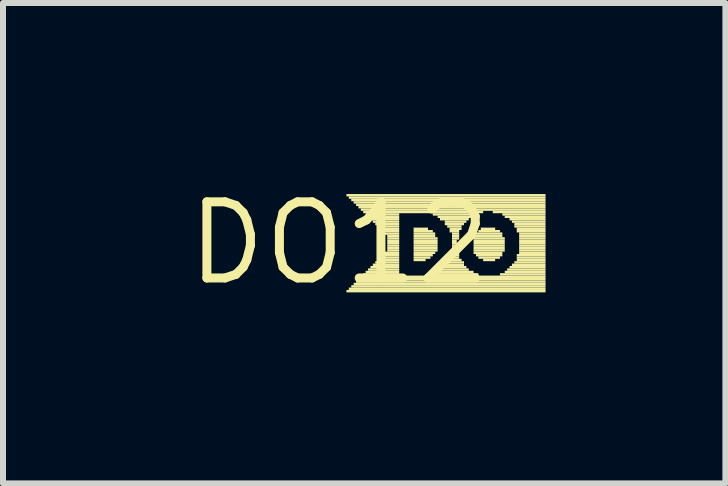
<source format=kicad_pcb>
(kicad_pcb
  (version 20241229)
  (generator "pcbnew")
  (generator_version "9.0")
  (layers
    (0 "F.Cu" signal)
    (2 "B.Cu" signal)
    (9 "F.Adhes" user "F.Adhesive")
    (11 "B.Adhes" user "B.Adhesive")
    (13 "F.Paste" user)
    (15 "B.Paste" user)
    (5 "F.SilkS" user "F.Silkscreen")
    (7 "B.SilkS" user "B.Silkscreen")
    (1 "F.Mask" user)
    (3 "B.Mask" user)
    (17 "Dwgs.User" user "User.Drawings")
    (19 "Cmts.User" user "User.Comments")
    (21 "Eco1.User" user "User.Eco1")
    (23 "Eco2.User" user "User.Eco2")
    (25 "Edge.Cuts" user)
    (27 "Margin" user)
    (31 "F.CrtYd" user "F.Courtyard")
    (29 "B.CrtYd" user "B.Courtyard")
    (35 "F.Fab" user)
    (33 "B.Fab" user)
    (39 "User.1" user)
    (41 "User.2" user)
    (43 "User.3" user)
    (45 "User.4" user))
  (footprint "DO12"
    (layer "F.Cu")
    (at 2.608 1.006)
    (property "Reference" "DO12" (at 0 0 0) (layer "F.SilkS") (effects (font (size 1.27 1.27) (thickness 0.15))))
    (attr through_hole)
    (fp_poly (pts (xy 0.12 -0.78) (xy 3.44 -0.78) (xy 3.44 -0.82) (xy 0.12 -0.82)) (stroke (width 0) (type solid)) (fill yes) (layer "F.SilkS"))
    (fp_poly (pts (xy 0.12 0.82) (xy 3.44 0.82) (xy 3.44 0.78) (xy 0.12 0.78)) (stroke (width 0) (type solid)) (fill yes) (layer "F.SilkS"))
    (fp_poly (pts (xy 0.16 -0.74) (xy 3.44 -0.74) (xy 3.44 -0.78) (xy 0.16 -0.78)) (stroke (width 0) (type solid)) (fill yes) (layer "F.SilkS"))
    (fp_poly (pts (xy 0.16 0.78) (xy 3.44 0.78) (xy 3.44 0.74) (xy 0.16 0.74)) (stroke (width 0) (type solid)) (fill yes) (layer "F.SilkS"))
    (fp_poly (pts (xy 0.2 -0.7) (xy 3.44 -0.7) (xy 3.44 -0.74) (xy 0.2 -0.74)) (stroke (width 0) (type solid)) (fill yes) (layer "F.SilkS"))
    (fp_poly (pts (xy 0.2 0.74) (xy 3.44 0.74) (xy 3.44 0.7) (xy 0.2 0.7)) (stroke (width 0) (type solid)) (fill yes) (layer "F.SilkS"))
    (fp_poly (pts (xy 0.24 -0.66) (xy 3.44 -0.66) (xy 3.44 -0.7) (xy 0.24 -0.7)) (stroke (width 0) (type solid)) (fill yes) (layer "F.SilkS"))
    (fp_poly (pts (xy 0.24 0.7) (xy 3.44 0.7) (xy 3.44 0.66) (xy 0.24 0.66)) (stroke (width 0) (type solid)) (fill yes) (layer "F.SilkS"))
    (fp_poly (pts (xy 0.28 -0.62) (xy 3.44 -0.62) (xy 3.44 -0.66) (xy 0.28 -0.66)) (stroke (width 0) (type solid)) (fill yes) (layer "F.SilkS"))
    (fp_poly (pts (xy 0.28 0.66) (xy 3.44 0.66) (xy 3.44 0.62) (xy 0.28 0.62)) (stroke (width 0) (type solid)) (fill yes) (layer "F.SilkS"))
    (fp_poly (pts (xy 0.32 -0.58) (xy 3.44 -0.58) (xy 3.44 -0.62) (xy 0.32 -0.62)) (stroke (width 0) (type solid)) (fill yes) (layer "F.SilkS"))
    (fp_poly (pts (xy 0.32 0.62) (xy 3.44 0.62) (xy 3.44 0.58) (xy 0.32 0.58)) (stroke (width 0) (type solid)) (fill yes) (layer "F.SilkS"))
    (fp_poly (pts (xy 0.36 -0.54) (xy 3.44 -0.54) (xy 3.44 -0.58) (xy 0.36 -0.58)) (stroke (width 0) (type solid)) (fill yes) (layer "F.SilkS"))
    (fp_poly (pts (xy 0.36 0.58) (xy 3.44 0.58) (xy 3.44 0.54) (xy 0.36 0.54)) (stroke (width 0) (type solid)) (fill yes) (layer "F.SilkS"))
    (fp_poly (pts (xy 0.4 -0.5) (xy 2.4 -0.5) (xy 2.4 -0.54) (xy 0.4 -0.54)) (stroke (width 0) (type solid)) (fill yes) (layer "F.SilkS"))
    (fp_poly (pts (xy 0.4 0.54) (xy 1 0.54) (xy 1 0.5) (xy 0.4 0.5)) (stroke (width 0) (type solid)) (fill yes) (layer "F.SilkS"))
    (fp_poly (pts (xy 0.44 -0.46) (xy 1 -0.46) (xy 1 -0.5) (xy 0.44 -0.5)) (stroke (width 0) (type solid)) (fill yes) (layer "F.SilkS"))
    (fp_poly (pts (xy 0.44 0.5) (xy 1 0.5) (xy 1 0.46) (xy 0.44 0.46)) (stroke (width 0) (type solid)) (fill yes) (layer "F.SilkS"))
    (fp_poly (pts (xy 0.48 -0.42) (xy 1 -0.42) (xy 1 -0.46) (xy 0.48 -0.46)) (stroke (width 0) (type solid)) (fill yes) (layer "F.SilkS"))
    (fp_poly (pts (xy 0.48 0.46) (xy 1 0.46) (xy 1 0.42) (xy 0.48 0.42)) (stroke (width 0) (type solid)) (fill yes) (layer "F.SilkS"))
    (fp_poly (pts (xy 0.52 -0.38) (xy 1 -0.38) (xy 1 -0.42) (xy 0.52 -0.42)) (stroke (width 0) (type solid)) (fill yes) (layer "F.SilkS"))
    (fp_poly (pts (xy 0.52 0.42) (xy 1 0.42) (xy 1 0.38) (xy 0.52 0.38)) (stroke (width 0) (type solid)) (fill yes) (layer "F.SilkS"))
    (fp_poly (pts (xy 0.56 -0.34) (xy 1 -0.34) (xy 1 -0.38) (xy 0.56 -0.38)) (stroke (width 0) (type solid)) (fill yes) (layer "F.SilkS"))
    (fp_poly (pts (xy 0.56 0.38) (xy 1 0.38) (xy 1 0.34) (xy 0.56 0.34)) (stroke (width 0) (type solid)) (fill yes) (layer "F.SilkS"))
    (fp_poly (pts (xy 0.6 -0.3) (xy 1 -0.3) (xy 1 -0.34) (xy 0.6 -0.34)) (stroke (width 0) (type solid)) (fill yes) (layer "F.SilkS"))
    (fp_poly (pts (xy 0.6 0.34) (xy 1 0.34) (xy 1 0.3) (xy 0.6 0.3)) (stroke (width 0) (type solid)) (fill yes) (layer "F.SilkS"))
    (fp_poly (pts (xy 0.64 -0.26) (xy 1 -0.26) (xy 1 -0.3) (xy 0.64 -0.3)) (stroke (width 0) (type solid)) (fill yes) (layer "F.SilkS"))
    (fp_poly (pts (xy 0.64 0.3) (xy 1 0.3) (xy 1 0.26) (xy 0.64 0.26)) (stroke (width 0) (type solid)) (fill yes) (layer "F.SilkS"))
    (fp_poly (pts (xy 0.68 -0.22) (xy 1 -0.22) (xy 1 -0.26) (xy 0.68 -0.26)) (stroke (width 0) (type solid)) (fill yes) (layer "F.SilkS"))
    (fp_poly (pts (xy 0.68 0.26) (xy 1 0.26) (xy 1 0.22) (xy 0.68 0.22)) (stroke (width 0) (type solid)) (fill yes) (layer "F.SilkS"))
    (fp_poly (pts (xy 0.72 -0.18) (xy 1 -0.18) (xy 1 -0.22) (xy 0.72 -0.22)) (stroke (width 0) (type solid)) (fill yes) (layer "F.SilkS"))
    (fp_poly (pts (xy 0.72 0.22) (xy 1 0.22) (xy 1 0.18) (xy 0.72 0.18)) (stroke (width 0) (type solid)) (fill yes) (layer "F.SilkS"))
    (fp_poly (pts (xy 0.76 -0.14) (xy 1 -0.14) (xy 1 -0.18) (xy 0.76 -0.18)) (stroke (width 0) (type solid)) (fill yes) (layer "F.SilkS"))
    (fp_poly (pts (xy 0.76 0.18) (xy 1 0.18) (xy 1 0.14) (xy 0.76 0.14)) (stroke (width 0) (type solid)) (fill yes) (layer "F.SilkS"))
    (fp_poly (pts (xy 0.8 -0.1) (xy 1 -0.1) (xy 1 -0.14) (xy 0.8 -0.14)) (stroke (width 0) (type solid)) (fill yes) (layer "F.SilkS"))
    (fp_poly (pts (xy 0.8 -0.06) (xy 1 -0.06) (xy 1 -0.1) (xy 0.8 -0.1)) (stroke (width 0) (type solid)) (fill yes) (layer "F.SilkS"))
    (fp_poly (pts (xy 0.8 -0.02) (xy 1 -0.02) (xy 1 -0.06) (xy 0.8 -0.06)) (stroke (width 0) (type solid)) (fill yes) (layer "F.SilkS"))
    (fp_poly (pts (xy 0.8 0.02) (xy 1 0.02) (xy 1 -0.02) (xy 0.8 -0.02)) (stroke (width 0) (type solid)) (fill yes) (layer "F.SilkS"))
    (fp_poly (pts (xy 0.8 0.06) (xy 1 0.06) (xy 1 0.02) (xy 0.8 0.02)) (stroke (width 0) (type solid)) (fill yes) (layer "F.SilkS"))
    (fp_poly (pts (xy 0.8 0.1) (xy 1 0.1) (xy 1 0.06) (xy 0.8 0.06)) (stroke (width 0) (type solid)) (fill yes) (layer "F.SilkS"))
    (fp_poly (pts (xy 0.8 0.14) (xy 1 0.14) (xy 1 0.1) (xy 0.8 0.1)) (stroke (width 0) (type solid)) (fill yes) (layer "F.SilkS"))
    (fp_poly (pts (xy 1.24 -0.22) (xy 1.48 -0.22) (xy 1.48 -0.26) (xy 1.24 -0.26)) (stroke (width 0) (type solid)) (fill yes) (layer "F.SilkS"))
    (fp_poly (pts (xy 1.24 -0.18) (xy 1.56 -0.18) (xy 1.56 -0.22) (xy 1.24 -0.22)) (stroke (width 0) (type solid)) (fill yes) (layer "F.SilkS"))
    (fp_poly (pts (xy 1.24 -0.14) (xy 1.6 -0.14) (xy 1.6 -0.18) (xy 1.24 -0.18)) (stroke (width 0) (type solid)) (fill yes) (layer "F.SilkS"))
    (fp_poly (pts (xy 1.24 -0.1) (xy 1.6 -0.1) (xy 1.6 -0.14) (xy 1.24 -0.14)) (stroke (width 0) (type solid)) (fill yes) (layer "F.SilkS"))
    (fp_poly (pts (xy 1.24 -0.06) (xy 1.64 -0.06) (xy 1.64 -0.1) (xy 1.24 -0.1)) (stroke (width 0) (type solid)) (fill yes) (layer "F.SilkS"))
    (fp_poly (pts (xy 1.24 -0.02) (xy 1.64 -0.02) (xy 1.64 -0.06) (xy 1.24 -0.06)) (stroke (width 0) (type solid)) (fill yes) (layer "F.SilkS"))
    (fp_poly (pts (xy 1.24 0.02) (xy 1.64 0.02) (xy 1.64 -0.02) (xy 1.24 -0.02)) (stroke (width 0) (type solid)) (fill yes) (layer "F.SilkS"))
    (fp_poly (pts (xy 1.24 0.06) (xy 1.64 0.06) (xy 1.64 0.02) (xy 1.24 0.02)) (stroke (width 0) (type solid)) (fill yes) (layer "F.SilkS"))
    (fp_poly (pts (xy 1.24 0.1) (xy 1.64 0.1) (xy 1.64 0.06) (xy 1.24 0.06)) (stroke (width 0) (type solid)) (fill yes) (layer "F.SilkS"))
    (fp_poly (pts (xy 1.24 0.14) (xy 1.64 0.14) (xy 1.64 0.1) (xy 1.24 0.1)) (stroke (width 0) (type solid)) (fill yes) (layer "F.SilkS"))
    (fp_poly (pts (xy 1.24 0.18) (xy 1.6 0.18) (xy 1.6 0.14) (xy 1.24 0.14)) (stroke (width 0) (type solid)) (fill yes) (layer "F.SilkS"))
    (fp_poly (pts (xy 1.24 0.22) (xy 1.56 0.22) (xy 1.56 0.18) (xy 1.24 0.18)) (stroke (width 0) (type solid)) (fill yes) (layer "F.SilkS"))
    (fp_poly (pts (xy 1.24 0.26) (xy 1.52 0.26) (xy 1.52 0.22) (xy 1.24 0.22)) (stroke (width 0) (type solid)) (fill yes) (layer "F.SilkS"))
    (fp_poly (pts (xy 1.24 0.3) (xy 1.44 0.3) (xy 1.44 0.26) (xy 1.24 0.26)) (stroke (width 0) (type solid)) (fill yes) (layer "F.SilkS"))
    (fp_poly (pts (xy 1.52 0.54) (xy 2.32 0.54) (xy 2.32 0.5) (xy 1.52 0.5)) (stroke (width 0) (type solid)) (fill yes) (layer "F.SilkS"))
    (fp_poly (pts (xy 1.56 -0.46) (xy 2.28 -0.46) (xy 2.28 -0.5) (xy 1.56 -0.5)) (stroke (width 0) (type solid)) (fill yes) (layer "F.SilkS"))
    (fp_poly (pts (xy 1.6 0.5) (xy 2.24 0.5) (xy 2.24 0.46) (xy 1.6 0.46)) (stroke (width 0) (type solid)) (fill yes) (layer "F.SilkS"))
    (fp_poly (pts (xy 1.64 -0.42) (xy 2.2 -0.42) (xy 2.2 -0.46) (xy 1.64 -0.46)) (stroke (width 0) (type solid)) (fill yes) (layer "F.SilkS"))
    (fp_poly (pts (xy 1.68 -0.38) (xy 2.16 -0.38) (xy 2.16 -0.42) (xy 1.68 -0.42)) (stroke (width 0) (type solid)) (fill yes) (layer "F.SilkS"))
    (fp_poly (pts (xy 1.68 0.46) (xy 2.16 0.46) (xy 2.16 0.42) (xy 1.68 0.42)) (stroke (width 0) (type solid)) (fill yes) (layer "F.SilkS"))
    (fp_poly (pts (xy 1.72 0.42) (xy 2.12 0.42) (xy 2.12 0.38) (xy 1.72 0.38)) (stroke (width 0) (type solid)) (fill yes) (layer "F.SilkS"))
    (fp_poly (pts (xy 1.76 -0.34) (xy 2.12 -0.34) (xy 2.12 -0.38) (xy 1.76 -0.38)) (stroke (width 0) (type solid)) (fill yes) (layer "F.SilkS"))
    (fp_poly (pts (xy 1.76 -0.3) (xy 2.08 -0.3) (xy 2.08 -0.34) (xy 1.76 -0.34)) (stroke (width 0) (type solid)) (fill yes) (layer "F.SilkS"))
    (fp_poly (pts (xy 1.76 0.38) (xy 2.08 0.38) (xy 2.08 0.34) (xy 1.76 0.34)) (stroke (width 0) (type solid)) (fill yes) (layer "F.SilkS"))
    (fp_poly (pts (xy 1.8 -0.26) (xy 2.04 -0.26) (xy 2.04 -0.3) (xy 1.8 -0.3)) (stroke (width 0) (type solid)) (fill yes) (layer "F.SilkS"))
    (fp_poly (pts (xy 1.8 0.3) (xy 2.04 0.3) (xy 2.04 0.26) (xy 1.8 0.26)) (stroke (width 0) (type solid)) (fill yes) (layer "F.SilkS"))
    (fp_poly (pts (xy 1.8 0.34) (xy 2.08 0.34) (xy 2.08 0.3) (xy 1.8 0.3)) (stroke (width 0) (type solid)) (fill yes) (layer "F.SilkS"))
    (fp_poly (pts (xy 1.84 -0.22) (xy 2.04 -0.22) (xy 2.04 -0.26) (xy 1.84 -0.26)) (stroke (width 0) (type solid)) (fill yes) (layer "F.SilkS"))
    (fp_poly (pts (xy 1.84 -0.18) (xy 2 -0.18) (xy 2 -0.22) (xy 1.84 -0.22)) (stroke (width 0) (type solid)) (fill yes) (layer "F.SilkS"))
    (fp_poly (pts (xy 1.84 0.22) (xy 2 0.22) (xy 2 0.18) (xy 1.84 0.18)) (stroke (width 0) (type solid)) (fill yes) (layer "F.SilkS"))
    (fp_poly (pts (xy 1.84 0.26) (xy 2 0.26) (xy 2 0.22) (xy 1.84 0.22)) (stroke (width 0) (type solid)) (fill yes) (layer "F.SilkS"))
    (fp_poly (pts (xy 1.88 -0.14) (xy 2 -0.14) (xy 2 -0.18) (xy 1.88 -0.18)) (stroke (width 0) (type solid)) (fill yes) (layer "F.SilkS"))
    (fp_poly (pts (xy 1.88 -0.1) (xy 2 -0.1) (xy 2 -0.14) (xy 1.88 -0.14)) (stroke (width 0) (type solid)) (fill yes) (layer "F.SilkS"))
    (fp_poly (pts (xy 1.88 -0.06) (xy 2 -0.06) (xy 2 -0.1) (xy 1.88 -0.1)) (stroke (width 0) (type solid)) (fill yes) (layer "F.SilkS"))
    (fp_poly (pts (xy 1.88 -0.02) (xy 1.96 -0.02) (xy 1.96 -0.06) (xy 1.88 -0.06)) (stroke (width 0) (type solid)) (fill yes) (layer "F.SilkS"))
    (fp_poly (pts (xy 1.88 0.02) (xy 1.96 0.02) (xy 1.96 -0.02) (xy 1.88 -0.02)) (stroke (width 0) (type solid)) (fill yes) (layer "F.SilkS"))
    (fp_poly (pts (xy 1.88 0.06) (xy 1.96 0.06) (xy 1.96 0.02) (xy 1.88 0.02)) (stroke (width 0) (type solid)) (fill yes) (layer "F.SilkS"))
    (fp_poly (pts (xy 1.88 0.1) (xy 1.96 0.1) (xy 1.96 0.06) (xy 1.88 0.06)) (stroke (width 0) (type solid)) (fill yes) (layer "F.SilkS"))
    (fp_poly (pts (xy 1.88 0.14) (xy 2 0.14) (xy 2 0.1) (xy 1.88 0.1)) (stroke (width 0) (type solid)) (fill yes) (layer "F.SilkS"))
    (fp_poly (pts (xy 1.88 0.18) (xy 2 0.18) (xy 2 0.14) (xy 1.88 0.14)) (stroke (width 0) (type solid)) (fill yes) (layer "F.SilkS"))
    (fp_poly (pts (xy 2.24 -0.1) (xy 2.72 -0.1) (xy 2.72 -0.14) (xy 2.24 -0.14)) (stroke (width 0) (type solid)) (fill yes) (layer "F.SilkS"))
    (fp_poly (pts (xy 2.24 -0.06) (xy 2.76 -0.06) (xy 2.76 -0.1) (xy 2.24 -0.1)) (stroke (width 0) (type solid)) (fill yes) (layer "F.SilkS"))
    (fp_poly (pts (xy 2.24 -0.02) (xy 2.76 -0.02) (xy 2.76 -0.06) (xy 2.24 -0.06)) (stroke (width 0) (type solid)) (fill yes) (layer "F.SilkS"))
    (fp_poly (pts (xy 2.24 0.02) (xy 2.76 0.02) (xy 2.76 -0.02) (xy 2.24 -0.02)) (stroke (width 0) (type solid)) (fill yes) (layer "F.SilkS"))
    (fp_poly (pts (xy 2.24 0.06) (xy 2.76 0.06) (xy 2.76 0.02) (xy 2.24 0.02)) (stroke (width 0) (type solid)) (fill yes) (layer "F.SilkS"))
    (fp_poly (pts (xy 2.24 0.1) (xy 2.76 0.1) (xy 2.76 0.06) (xy 2.24 0.06)) (stroke (width 0) (type solid)) (fill yes) (layer "F.SilkS"))
    (fp_poly (pts (xy 2.24 0.14) (xy 2.76 0.14) (xy 2.76 0.1) (xy 2.24 0.1)) (stroke (width 0) (type solid)) (fill yes) (layer "F.SilkS"))
    (fp_poly (pts (xy 2.24 0.18) (xy 2.72 0.18) (xy 2.72 0.14) (xy 2.24 0.14)) (stroke (width 0) (type solid)) (fill yes) (layer "F.SilkS"))
    (fp_poly (pts (xy 2.28 -0.14) (xy 2.72 -0.14) (xy 2.72 -0.18) (xy 2.28 -0.18)) (stroke (width 0) (type solid)) (fill yes) (layer "F.SilkS"))
    (fp_poly (pts (xy 2.28 0.22) (xy 2.72 0.22) (xy 2.72 0.18) (xy 2.28 0.18)) (stroke (width 0) (type solid)) (fill yes) (layer "F.SilkS"))
    (fp_poly (pts (xy 2.32 -0.18) (xy 2.68 -0.18) (xy 2.68 -0.22) (xy 2.32 -0.22)) (stroke (width 0) (type solid)) (fill yes) (layer "F.SilkS"))
    (fp_poly (pts (xy 2.32 0.26) (xy 2.68 0.26) (xy 2.68 0.22) (xy 2.32 0.22)) (stroke (width 0) (type solid)) (fill yes) (layer "F.SilkS"))
    (fp_poly (pts (xy 2.36 -0.22) (xy 2.6 -0.22) (xy 2.6 -0.26) (xy 2.36 -0.26)) (stroke (width 0) (type solid)) (fill yes) (layer "F.SilkS"))
    (fp_poly (pts (xy 2.4 0.3) (xy 2.6 0.3) (xy 2.6 0.26) (xy 2.4 0.26)) (stroke (width 0) (type solid)) (fill yes) (layer "F.SilkS"))
    (fp_poly (pts (xy 2.56 -0.5) (xy 3.44 -0.5) (xy 3.44 -0.54) (xy 2.56 -0.54)) (stroke (width 0) (type solid)) (fill yes) (layer "F.SilkS"))
    (fp_poly (pts (xy 2.68 0.54) (xy 3.44 0.54) (xy 3.44 0.5) (xy 2.68 0.5)) (stroke (width 0) (type solid)) (fill yes) (layer "F.SilkS"))
    (fp_poly (pts (xy 2.72 -0.46) (xy 3.44 -0.46) (xy 3.44 -0.5) (xy 2.72 -0.5)) (stroke (width 0) (type solid)) (fill yes) (layer "F.SilkS"))
    (fp_poly (pts (xy 2.76 -0.42) (xy 3.44 -0.42) (xy 3.44 -0.46) (xy 2.76 -0.46)) (stroke (width 0) (type solid)) (fill yes) (layer "F.SilkS"))
    (fp_poly (pts (xy 2.76 0.5) (xy 3.44 0.5) (xy 3.44 0.46) (xy 2.76 0.46)) (stroke (width 0) (type solid)) (fill yes) (layer "F.SilkS"))
    (fp_poly (pts (xy 2.8 0.46) (xy 3.44 0.46) (xy 3.44 0.42) (xy 2.8 0.42)) (stroke (width 0) (type solid)) (fill yes) (layer "F.SilkS"))
    (fp_poly (pts (xy 2.84 -0.38) (xy 3.44 -0.38) (xy 3.44 -0.42) (xy 2.84 -0.42)) (stroke (width 0) (type solid)) (fill yes) (layer "F.SilkS"))
    (fp_poly (pts (xy 2.84 0.42) (xy 3.44 0.42) (xy 3.44 0.38) (xy 2.84 0.38)) (stroke (width 0) (type solid)) (fill yes) (layer "F.SilkS"))
    (fp_poly (pts (xy 2.88 -0.34) (xy 3.44 -0.34) (xy 3.44 -0.38) (xy 2.88 -0.38)) (stroke (width 0) (type solid)) (fill yes) (layer "F.SilkS"))
    (fp_poly (pts (xy 2.88 0.38) (xy 3.44 0.38) (xy 3.44 0.34) (xy 2.88 0.34)) (stroke (width 0) (type solid)) (fill yes) (layer "F.SilkS"))
    (fp_poly (pts (xy 2.92 -0.3) (xy 3.44 -0.3) (xy 3.44 -0.34) (xy 2.92 -0.34)) (stroke (width 0) (type solid)) (fill yes) (layer "F.SilkS"))
    (fp_poly (pts (xy 2.92 -0.26) (xy 3.44 -0.26) (xy 3.44 -0.3) (xy 2.92 -0.3)) (stroke (width 0) (type solid)) (fill yes) (layer "F.SilkS"))
    (fp_poly (pts (xy 2.92 0.34) (xy 3.44 0.34) (xy 3.44 0.3) (xy 2.92 0.3)) (stroke (width 0) (type solid)) (fill yes) (layer "F.SilkS"))
    (fp_poly (pts (xy 2.96 -0.22) (xy 3.44 -0.22) (xy 3.44 -0.26) (xy 2.96 -0.26)) (stroke (width 0) (type solid)) (fill yes) (layer "F.SilkS"))
    (fp_poly (pts (xy 2.96 -0.18) (xy 3.44 -0.18) (xy 3.44 -0.22) (xy 2.96 -0.22)) (stroke (width 0) (type solid)) (fill yes) (layer "F.SilkS"))
    (fp_poly (pts (xy 2.96 0.22) (xy 3.44 0.22) (xy 3.44 0.18) (xy 2.96 0.18)) (stroke (width 0) (type solid)) (fill yes) (layer "F.SilkS"))
    (fp_poly (pts (xy 2.96 0.26) (xy 3.44 0.26) (xy 3.44 0.22) (xy 2.96 0.22)) (stroke (width 0) (type solid)) (fill yes) (layer "F.SilkS"))
    (fp_poly (pts (xy 2.96 0.3) (xy 3.44 0.3) (xy 3.44 0.26) (xy 2.96 0.26)) (stroke (width 0) (type solid)) (fill yes) (layer "F.SilkS"))
    (fp_poly (pts (xy 3 -0.14) (xy 3.44 -0.14) (xy 3.44 -0.18) (xy 3 -0.18)) (stroke (width 0) (type solid)) (fill yes) (layer "F.SilkS"))
    (fp_poly (pts (xy 3 -0.1) (xy 3.44 -0.1) (xy 3.44 -0.14) (xy 3 -0.14)) (stroke (width 0) (type solid)) (fill yes) (layer "F.SilkS"))
    (fp_poly (pts (xy 3 -0.06) (xy 3.44 -0.06) (xy 3.44 -0.1) (xy 3 -0.1)) (stroke (width 0) (type solid)) (fill yes) (layer "F.SilkS"))
    (fp_poly (pts (xy 3 -0.02) (xy 3.44 -0.02) (xy 3.44 -0.06) (xy 3 -0.06)) (stroke (width 0) (type solid)) (fill yes) (layer "F.SilkS"))
    (fp_poly (pts (xy 3 0.02) (xy 3.44 0.02) (xy 3.44 -0.02) (xy 3 -0.02)) (stroke (width 0) (type solid)) (fill yes) (layer "F.SilkS"))
    (fp_poly (pts (xy 3 0.06) (xy 3.44 0.06) (xy 3.44 0.02) (xy 3 0.02)) (stroke (width 0) (type solid)) (fill yes) (layer "F.SilkS"))
    (fp_poly (pts (xy 3 0.1) (xy 3.44 0.1) (xy 3.44 0.06) (xy 3 0.06)) (stroke (width 0) (type solid)) (fill yes) (layer "F.SilkS"))
    (fp_poly (pts (xy 3 0.14) (xy 3.44 0.14) (xy 3.44 0.1) (xy 3 0.1)) (stroke (width 0) (type solid)) (fill yes) (layer "F.SilkS"))
    (fp_poly (pts (xy 3 0.18) (xy 3.44 0.18) (xy 3.44 0.14) (xy 3 0.14)) (stroke (width 0) (type solid)) (fill yes) (layer "F.SilkS")))
  (gr_rect
    (start -3 -3)
    (end 9.048 5.012)
    (stroke (width 0.1) (type default))
    (fill no)
    (layer "Edge.Cuts")))
</source>
